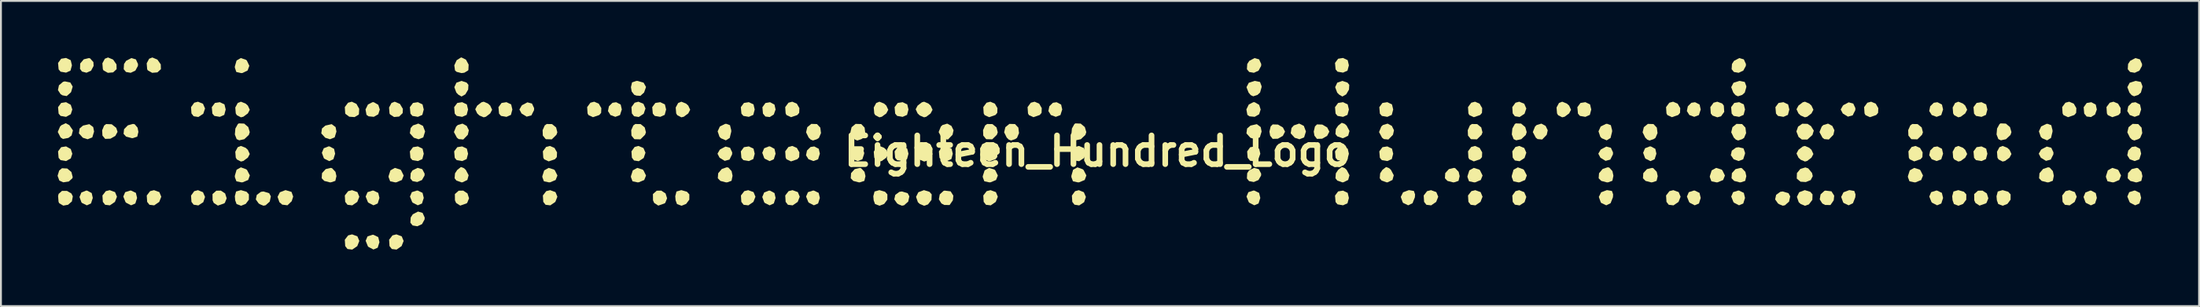
<source format=kicad_pcb>
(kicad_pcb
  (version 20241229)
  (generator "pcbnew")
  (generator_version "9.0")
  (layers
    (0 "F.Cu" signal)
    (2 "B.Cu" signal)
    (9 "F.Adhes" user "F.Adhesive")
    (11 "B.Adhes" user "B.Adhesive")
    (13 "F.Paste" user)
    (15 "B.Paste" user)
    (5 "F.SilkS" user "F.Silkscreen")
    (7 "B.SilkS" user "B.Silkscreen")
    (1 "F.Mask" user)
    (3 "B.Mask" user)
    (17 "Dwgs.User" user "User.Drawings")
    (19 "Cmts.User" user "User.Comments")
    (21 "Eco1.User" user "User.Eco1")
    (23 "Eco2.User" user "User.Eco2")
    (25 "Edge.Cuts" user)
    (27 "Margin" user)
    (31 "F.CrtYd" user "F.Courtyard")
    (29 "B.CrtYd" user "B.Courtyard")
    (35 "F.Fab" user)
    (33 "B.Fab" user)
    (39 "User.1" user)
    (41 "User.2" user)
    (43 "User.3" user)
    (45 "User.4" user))
  (footprint "Eighteen_Hundred_Logo"
    (layer "F.Cu")
    (at 55.081 4.97)
    (property "Reference" "Eighteen_Hundred_Logo" (at 0 0 0) (layer "F.SilkS") (effects (font (size 1.524 1.524) (thickness 0.3))))
    (attr through_hole)
    (fp_poly (pts (xy -54.385 -4.826) (xy -54.32 -4.555) (xy -54.396 -4.271) (xy -54.631 -4.166) (xy -54.923 -4.216) (xy -55.026 -4.339) (xy -55.056 -4.68) (xy -54.891 -4.903) (xy -54.631 -4.945)) (stroke (width 0) (type solid)) (fill yes) (layer "F.SilkS"))
    (fp_poly (pts (xy -53.193 -1.277) (xy -53.147 -1.039) (xy -53.242 -0.729) (xy -53.491 -0.63) (xy -53.742 -0.711) (xy -53.951 -0.942) (xy -53.914 -1.202) (xy -53.733 -1.357) (xy -53.399 -1.432)) (stroke (width 0) (type solid)) (fill yes) (layer "F.SilkS"))
    (fp_poly (pts (xy -52.037 2.174) (xy -51.935 2.419) (xy -52.044 2.694) (xy -52.31 2.877) (xy -52.562 2.847) (xy -52.683 2.692) (xy -52.705 2.354) (xy -52.526 2.123) (xy -52.318 2.071)) (stroke (width 0) (type solid)) (fill yes) (layer "F.SilkS"))
    (fp_poly (pts (xy -49.69 2.174) (xy -49.588 2.419) (xy -49.697 2.694) (xy -49.963 2.877) (xy -50.215 2.847) (xy -50.336 2.692) (xy -50.358 2.354) (xy -50.179 2.123) (xy -49.972 2.071)) (stroke (width 0) (type solid)) (fill yes) (layer "F.SilkS"))
    (fp_poly (pts (xy -47.379 -2.514) (xy -47.269 -2.263) (xy -47.363 -1.984) (xy -47.624 -1.812) (xy -47.875 -1.852) (xy -47.989 -2.002) (xy -48.012 -2.335) (xy -47.843 -2.569) (xy -47.644 -2.623)) (stroke (width 0) (type solid)) (fill yes) (layer "F.SilkS"))
    (fp_poly (pts (xy -47.379 2.179) (xy -47.269 2.43) (xy -47.363 2.709) (xy -47.624 2.881) (xy -47.875 2.841) (xy -47.989 2.692) (xy -48.012 2.358) (xy -47.843 2.125) (xy -47.644 2.071)) (stroke (width 0) (type solid)) (fill yes) (layer "F.SilkS"))
    (fp_poly (pts (xy -46.24 -2.479) (xy -46.176 -2.209) (xy -46.251 -1.924) (xy -46.487 -1.819) (xy -46.778 -1.87) (xy -46.881 -1.992) (xy -46.912 -2.334) (xy -46.746 -2.557) (xy -46.487 -2.598)) (stroke (width 0) (type solid)) (fill yes) (layer "F.SilkS"))
    (fp_poly (pts (xy -40.355 -1.277) (xy -40.309 -1.039) (xy -40.404 -0.729) (xy -40.653 -0.63) (xy -40.904 -0.711) (xy -41.113 -0.942) (xy -41.076 -1.202) (xy -40.895 -1.357) (xy -40.561 -1.432)) (stroke (width 0) (type solid)) (fill yes) (layer "F.SilkS"))
    (fp_poly (pts (xy -39.199 2.174) (xy -39.097 2.419) (xy -39.206 2.694) (xy -39.472 2.877) (xy -39.724 2.847) (xy -39.845 2.692) (xy -39.867 2.354) (xy -39.688 2.123) (xy -39.48 2.071)) (stroke (width 0) (type solid)) (fill yes) (layer "F.SilkS"))
    (fp_poly (pts (xy -39.199 4.521) (xy -39.097 4.766) (xy -39.206 5.04) (xy -39.472 5.224) (xy -39.724 5.194) (xy -39.845 5.039) (xy -39.867 4.701) (xy -39.688 4.47) (xy -39.48 4.417)) (stroke (width 0) (type solid)) (fill yes) (layer "F.SilkS"))
    (fp_poly (pts (xy -36.852 4.521) (xy -36.75 4.766) (xy -36.859 5.04) (xy -37.125 5.224) (xy -37.377 5.194) (xy -37.498 5.039) (xy -37.52 4.701) (xy -37.341 4.47) (xy -37.134 4.417)) (stroke (width 0) (type solid)) (fill yes) (layer "F.SilkS"))
    (fp_poly (pts (xy -35.749 -2.479) (xy -35.684 -2.209) (xy -35.76 -1.924) (xy -35.995 -1.819) (xy -36.287 -1.87) (xy -36.39 -1.992) (xy -36.421 -2.334) (xy -36.255 -2.557) (xy -35.995 -2.598)) (stroke (width 0) (type solid)) (fill yes) (layer "F.SilkS"))
    (fp_poly (pts (xy -35.749 -0.132) (xy -35.684 0.138) (xy -35.76 0.422) (xy -35.995 0.527) (xy -36.287 0.477) (xy -36.39 0.355) (xy -36.421 0.013) (xy -36.255 -0.21) (xy -35.995 -0.251)) (stroke (width 0) (type solid)) (fill yes) (layer "F.SilkS"))
    (fp_poly (pts (xy -33.402 -2.479) (xy -33.337 -2.209) (xy -33.413 -1.924) (xy -33.649 -1.819) (xy -33.94 -1.87) (xy -34.043 -1.992) (xy -34.074 -2.334) (xy -33.908 -2.557) (xy -33.649 -2.598)) (stroke (width 0) (type solid)) (fill yes) (layer "F.SilkS"))
    (fp_poly (pts (xy -33.402 -0.132) (xy -33.337 0.138) (xy -33.413 0.422) (xy -33.649 0.527) (xy -33.94 0.477) (xy -34.043 0.355) (xy -34.074 0.013) (xy -33.908 -0.21) (xy -33.649 -0.251)) (stroke (width 0) (type solid)) (fill yes) (layer "F.SilkS"))
    (fp_poly (pts (xy -31.055 -2.479) (xy -30.991 -2.209) (xy -31.067 -1.924) (xy -31.302 -1.819) (xy -31.593 -1.87) (xy -31.696 -1.992) (xy -31.727 -2.334) (xy -31.562 -2.557) (xy -31.302 -2.598)) (stroke (width 0) (type solid)) (fill yes) (layer "F.SilkS"))
    (fp_poly (pts (xy -28.707 2.174) (xy -28.606 2.419) (xy -28.715 2.694) (xy -28.98 2.877) (xy -29.232 2.847) (xy -29.353 2.692) (xy -29.375 2.354) (xy -29.197 2.123) (xy -28.989 2.071)) (stroke (width 0) (type solid)) (fill yes) (layer "F.SilkS"))
    (fp_poly (pts (xy -25.253 -2.472) (xy -25.193 -2.211) (xy -25.29 -1.913) (xy -25.536 -1.82) (xy -25.794 -1.916) (xy -25.927 -2.127) (xy -25.876 -2.38) (xy -25.688 -2.566) (xy -25.492 -2.596)) (stroke (width 0) (type solid)) (fill yes) (layer "F.SilkS"))
    (fp_poly (pts (xy -24.049 -2.514) (xy -23.939 -2.263) (xy -24.034 -1.984) (xy -24.295 -1.812) (xy -24.546 -1.852) (xy -24.66 -2.002) (xy -24.683 -2.335) (xy -24.514 -2.569) (xy -24.315 -2.623)) (stroke (width 0) (type solid)) (fill yes) (layer "F.SilkS"))
    (fp_poly (pts (xy -24.049 -0.167) (xy -23.939 0.083) (xy -24.034 0.363) (xy -24.295 0.535) (xy -24.546 0.495) (xy -24.66 0.345) (xy -24.683 0.011) (xy -24.514 -0.222) (xy -24.315 -0.276)) (stroke (width 0) (type solid)) (fill yes) (layer "F.SilkS"))
    (fp_poly (pts (xy -22.911 -2.479) (xy -22.846 -2.209) (xy -22.922 -1.924) (xy -23.157 -1.819) (xy -23.449 -1.87) (xy -23.552 -1.992) (xy -23.583 -2.334) (xy -23.417 -2.557) (xy -23.157 -2.598)) (stroke (width 0) (type solid)) (fill yes) (layer "F.SilkS"))
    (fp_poly (pts (xy -18.217 -2.479) (xy -18.153 -2.209) (xy -18.229 -1.924) (xy -18.464 -1.819) (xy -18.755 -1.87) (xy -18.858 -1.992) (xy -18.889 -2.334) (xy -18.724 -2.557) (xy -18.464 -2.598)) (stroke (width 0) (type solid)) (fill yes) (layer "F.SilkS"))
    (fp_poly (pts (xy -18.217 -0.132) (xy -18.153 0.138) (xy -18.229 0.422) (xy -18.464 0.527) (xy -18.755 0.477) (xy -18.858 0.355) (xy -18.889 0.013) (xy -18.724 -0.21) (xy -18.464 -0.251)) (stroke (width 0) (type solid)) (fill yes) (layer "F.SilkS"))
    (fp_poly (pts (xy -18.216 2.174) (xy -18.114 2.419) (xy -18.223 2.694) (xy -18.489 2.877) (xy -18.741 2.847) (xy -18.862 2.692) (xy -18.884 2.354) (xy -18.706 2.123) (xy -18.498 2.071)) (stroke (width 0) (type solid)) (fill yes) (layer "F.SilkS"))
    (fp_poly (pts (xy -17.106 -2.469) (xy -17.048 -2.209) (xy -17.143 -1.944) (xy -17.357 -1.809) (xy -17.589 -1.837) (xy -17.717 -1.994) (xy -17.746 -2.33) (xy -17.586 -2.553) (xy -17.341 -2.596)) (stroke (width 0) (type solid)) (fill yes) (layer "F.SilkS"))
    (fp_poly (pts (xy -15.869 2.174) (xy -15.768 2.419) (xy -15.876 2.694) (xy -16.142 2.877) (xy -16.394 2.847) (xy -16.515 2.692) (xy -16.537 2.354) (xy -16.359 2.123) (xy -16.151 2.071)) (stroke (width 0) (type solid)) (fill yes) (layer "F.SilkS"))
    (fp_poly (pts (xy -14.761 -0.125) (xy -14.702 0.136) (xy -14.798 0.434) (xy -15.044 0.526) (xy -15.303 0.431) (xy -15.436 0.219) (xy -15.384 -0.033) (xy -15.197 -0.219) (xy -15 -0.25)) (stroke (width 0) (type solid)) (fill yes) (layer "F.SilkS"))
    (fp_poly (pts (xy -10.073 -2.479) (xy -10.008 -2.209) (xy -10.084 -1.924) (xy -10.319 -1.819) (xy -10.611 -1.87) (xy -10.714 -1.992) (xy -10.744 -2.334) (xy -10.579 -2.557) (xy -10.319 -2.598)) (stroke (width 0) (type solid)) (fill yes) (layer "F.SilkS"))
    (fp_poly (pts (xy -10.073 -0.132) (xy -10.008 0.138) (xy -10.084 0.422) (xy -10.319 0.527) (xy -10.611 0.477) (xy -10.714 0.355) (xy -10.744 0.013) (xy -10.579 -0.21) (xy -10.319 -0.251)) (stroke (width 0) (type solid)) (fill yes) (layer "F.SilkS"))
    (fp_poly (pts (xy -7.726 -0.132) (xy -7.661 0.138) (xy -7.737 0.422) (xy -7.973 0.527) (xy -8.264 0.477) (xy -8.367 0.355) (xy -8.398 0.013) (xy -8.232 -0.21) (xy -7.973 -0.251)) (stroke (width 0) (type solid)) (fill yes) (layer "F.SilkS"))
    (fp_poly (pts (xy -5.378 2.174) (xy -5.276 2.419) (xy -5.385 2.694) (xy -5.651 2.877) (xy -5.903 2.847) (xy -6.024 2.692) (xy -6.046 2.354) (xy -5.868 2.123) (xy -5.66 2.071)) (stroke (width 0) (type solid)) (fill yes) (layer "F.SilkS"))
    (fp_poly (pts (xy -1.923 -2.472) (xy -1.864 -2.211) (xy -1.96 -1.913) (xy -2.206 -1.82) (xy -2.465 -1.916) (xy -2.598 -2.127) (xy -2.546 -2.38) (xy -2.359 -2.566) (xy -2.162 -2.596)) (stroke (width 0) (type solid)) (fill yes) (layer "F.SilkS"))
    (fp_poly (pts (xy -0.72 -0.167) (xy -0.61 0.083) (xy -0.705 0.363) (xy -0.966 0.535) (xy -1.217 0.495) (xy -1.331 0.345) (xy -1.353 0.011) (xy -1.184 -0.222) (xy -0.985 -0.276)) (stroke (width 0) (type solid)) (fill yes) (layer "F.SilkS"))
    (fp_poly (pts (xy -0.72 2.179) (xy -0.61 2.43) (xy -0.705 2.709) (xy -0.966 2.881) (xy -1.217 2.841) (xy -1.331 2.692) (xy -1.353 2.358) (xy -1.184 2.125) (xy -0.985 2.071)) (stroke (width 0) (type solid)) (fill yes) (layer "F.SilkS"))
    (fp_poly (pts (xy 8.57 -0.123) (xy 8.628 0.138) (xy 8.534 0.403) (xy 8.319 0.538) (xy 8.087 0.51) (xy 7.959 0.352) (xy 7.93 0.017) (xy 8.09 -0.206) (xy 8.335 -0.249)) (stroke (width 0) (type solid)) (fill yes) (layer "F.SilkS"))
    (fp_poly (pts (xy 8.65 -1.277) (xy 8.697 -1.039) (xy 8.602 -0.729) (xy 8.353 -0.63) (xy 8.102 -0.711) (xy 7.893 -0.942) (xy 7.929 -1.202) (xy 8.11 -1.357) (xy 8.444 -1.432)) (stroke (width 0) (type solid)) (fill yes) (layer "F.SilkS"))
    (fp_poly (pts (xy 13.257 -4.826) (xy 13.321 -4.555) (xy 13.245 -4.271) (xy 13.01 -4.166) (xy 12.719 -4.216) (xy 12.616 -4.339) (xy 12.585 -4.68) (xy 12.75 -4.903) (xy 13.01 -4.945)) (stroke (width 0) (type solid)) (fill yes) (layer "F.SilkS"))
    (fp_poly (pts (xy 13.257 -2.479) (xy 13.321 -2.209) (xy 13.245 -1.924) (xy 13.01 -1.819) (xy 12.719 -1.87) (xy 12.616 -1.992) (xy 12.585 -2.334) (xy 12.75 -2.557) (xy 13.01 -2.598)) (stroke (width 0) (type solid)) (fill yes) (layer "F.SilkS"))
    (fp_poly (pts (xy 13.257 -0.132) (xy 13.321 0.138) (xy 13.245 0.422) (xy 13.01 0.527) (xy 12.719 0.477) (xy 12.616 0.355) (xy 12.585 0.013) (xy 12.75 -0.21) (xy 13.01 -0.251)) (stroke (width 0) (type solid)) (fill yes) (layer "F.SilkS"))
    (fp_poly (pts (xy 13.257 2.215) (xy 13.321 2.485) (xy 13.245 2.769) (xy 13.01 2.874) (xy 12.719 2.824) (xy 12.616 2.702) (xy 12.585 2.36) (xy 12.75 2.137) (xy 13.01 2.095)) (stroke (width 0) (type solid)) (fill yes) (layer "F.SilkS"))
    (fp_poly (pts (xy 15.603 -2.479) (xy 15.668 -2.209) (xy 15.592 -1.924) (xy 15.357 -1.819) (xy 15.066 -1.87) (xy 14.962 -1.992) (xy 14.932 -2.334) (xy 15.097 -2.557) (xy 15.357 -2.598)) (stroke (width 0) (type solid)) (fill yes) (layer "F.SilkS"))
    (fp_poly (pts (xy 15.603 -0.132) (xy 15.668 0.138) (xy 15.592 0.422) (xy 15.357 0.527) (xy 15.066 0.477) (xy 14.962 0.355) (xy 14.932 0.013) (xy 15.097 -0.21) (xy 15.357 -0.251)) (stroke (width 0) (type solid)) (fill yes) (layer "F.SilkS"))
    (fp_poly (pts (xy 17.951 2.174) (xy 18.053 2.419) (xy 17.944 2.694) (xy 17.678 2.877) (xy 17.426 2.847) (xy 17.305 2.692) (xy 17.283 2.354) (xy 17.462 2.123) (xy 17.67 2.071)) (stroke (width 0) (type solid)) (fill yes) (layer "F.SilkS"))
    (fp_poly (pts (xy 20.298 2.174) (xy 20.4 2.419) (xy 20.291 2.694) (xy 20.025 2.877) (xy 19.773 2.847) (xy 19.652 2.692) (xy 19.63 2.354) (xy 19.809 2.123) (xy 20.016 2.071)) (stroke (width 0) (type solid)) (fill yes) (layer "F.SilkS"))
    (fp_poly (pts (xy 22.609 -2.514) (xy 22.719 -2.263) (xy 22.625 -1.984) (xy 22.364 -1.812) (xy 22.113 -1.852) (xy 21.999 -2.002) (xy 21.976 -2.335) (xy 22.145 -2.569) (xy 22.344 -2.623)) (stroke (width 0) (type solid)) (fill yes) (layer "F.SilkS"))
    (fp_poly (pts (xy 22.609 -0.167) (xy 22.719 0.083) (xy 22.625 0.363) (xy 22.364 0.535) (xy 22.113 0.495) (xy 21.999 0.345) (xy 21.976 0.011) (xy 22.145 -0.222) (xy 22.344 -0.276)) (stroke (width 0) (type solid)) (fill yes) (layer "F.SilkS"))
    (fp_poly (pts (xy 22.609 2.179) (xy 22.719 2.43) (xy 22.625 2.709) (xy 22.364 2.881) (xy 22.113 2.841) (xy 21.999 2.692) (xy 21.976 2.358) (xy 22.145 2.125) (xy 22.344 2.071)) (stroke (width 0) (type solid)) (fill yes) (layer "F.SilkS"))
    (fp_poly (pts (xy 26.095 -2.479) (xy 26.159 -2.209) (xy 26.083 -1.924) (xy 25.848 -1.819) (xy 25.557 -1.87) (xy 25.454 -1.992) (xy 25.423 -2.334) (xy 25.588 -2.557) (xy 25.848 -2.598)) (stroke (width 0) (type solid)) (fill yes) (layer "F.SilkS"))
    (fp_poly (pts (xy 30.789 2.174) (xy 30.891 2.419) (xy 30.782 2.694) (xy 30.516 2.877) (xy 30.264 2.847) (xy 30.143 2.692) (xy 30.121 2.354) (xy 30.3 2.123) (xy 30.508 2.071)) (stroke (width 0) (type solid)) (fill yes) (layer "F.SilkS"))
    (fp_poly (pts (xy 31.897 -2.472) (xy 31.957 -2.211) (xy 31.86 -1.913) (xy 31.614 -1.82) (xy 31.356 -1.916) (xy 31.223 -2.127) (xy 31.274 -2.38) (xy 31.462 -2.566) (xy 31.658 -2.596)) (stroke (width 0) (type solid)) (fill yes) (layer "F.SilkS"))
    (fp_poly (pts (xy 34.239 -2.479) (xy 34.304 -2.209) (xy 34.228 -1.924) (xy 33.993 -1.819) (xy 33.701 -1.87) (xy 33.598 -1.992) (xy 33.567 -2.334) (xy 33.733 -2.557) (xy 33.993 -2.598)) (stroke (width 0) (type solid)) (fill yes) (layer "F.SilkS"))
    (fp_poly (pts (xy 36.586 -2.479) (xy 36.651 -2.209) (xy 36.575 -1.924) (xy 36.339 -1.819) (xy 36.048 -1.87) (xy 35.945 -1.992) (xy 35.914 -2.334) (xy 36.08 -2.557) (xy 36.339 -2.598)) (stroke (width 0) (type solid)) (fill yes) (layer "F.SilkS"))
    (fp_poly (pts (xy 44.735 -2.472) (xy 44.795 -2.211) (xy 44.698 -1.913) (xy 44.452 -1.82) (xy 44.194 -1.916) (xy 44.061 -2.127) (xy 44.112 -2.38) (xy 44.3 -2.566) (xy 44.496 -2.596)) (stroke (width 0) (type solid)) (fill yes) (layer "F.SilkS"))
    (fp_poly (pts (xy 44.735 -0.125) (xy 44.795 0.136) (xy 44.698 0.434) (xy 44.452 0.526) (xy 44.194 0.431) (xy 44.061 0.219) (xy 44.112 -0.033) (xy 44.3 -0.219) (xy 44.496 -0.25)) (stroke (width 0) (type solid)) (fill yes) (layer "F.SilkS"))
    (fp_poly (pts (xy 47.077 -2.479) (xy 47.142 -2.209) (xy 47.066 -1.924) (xy 46.831 -1.819) (xy 46.539 -1.87) (xy 46.436 -1.992) (xy 46.406 -2.334) (xy 46.571 -2.557) (xy 46.831 -2.598)) (stroke (width 0) (type solid)) (fill yes) (layer "F.SilkS"))
    (fp_poly (pts (xy 47.077 -0.132) (xy 47.142 0.138) (xy 47.066 0.422) (xy 46.831 0.527) (xy 46.539 0.477) (xy 46.436 0.355) (xy 46.406 0.013) (xy 46.571 -0.21) (xy 46.831 -0.251)) (stroke (width 0) (type solid)) (fill yes) (layer "F.SilkS"))
    (fp_poly (pts (xy 51.772 2.174) (xy 51.874 2.419) (xy 51.765 2.694) (xy 51.499 2.877) (xy 51.247 2.847) (xy 51.126 2.692) (xy 51.104 2.354) (xy 51.282 2.123) (xy 51.49 2.071)) (stroke (width 0) (type solid)) (fill yes) (layer "F.SilkS"))
    (fp_poly (pts (xy 52.882 -2.469) (xy 52.94 -2.209) (xy 52.845 -1.944) (xy 52.631 -1.809) (xy 52.399 -1.837) (xy 52.271 -1.994) (xy 52.242 -2.33) (xy 52.402 -2.553) (xy 52.647 -2.596)) (stroke (width 0) (type solid)) (fill yes) (layer "F.SilkS"))
    (fp_poly (pts (xy 55.227 -2.472) (xy 55.286 -2.211) (xy 55.19 -1.913) (xy 54.944 -1.82) (xy 54.685 -1.916) (xy 54.552 -2.127) (xy 54.604 -2.38) (xy 54.791 -2.566) (xy 54.988 -2.596)) (stroke (width 0) (type solid)) (fill yes) (layer "F.SilkS"))
    (fp_poly (pts (xy 55.227 -0.125) (xy 55.286 0.136) (xy 55.19 0.434) (xy 54.944 0.526) (xy 54.685 0.431) (xy 54.552 0.219) (xy 54.604 -0.033) (xy 54.791 -0.219) (xy 54.988 -0.25)) (stroke (width 0) (type solid)) (fill yes) (layer "F.SilkS"))
    (fp_poly (pts (xy -54.571 0.921) (xy -54.349 1.107) (xy -54.28 1.373) (xy -54.297 1.439) (xy -54.487 1.612) (xy -54.777 1.655) (xy -54.987 1.564) (xy -55.081 1.308) (xy -54.997 1.031) (xy -54.848 0.907)) (stroke (width 0) (type solid)) (fill yes) (layer "F.SilkS"))
    (fp_poly (pts (xy -54.458 -1.38) (xy -54.267 -1.1) (xy -54.339 -0.832) (xy -54.506 -0.702) (xy -54.794 -0.646) (xy -54.92 -0.724) (xy -55.071 -1.018) (xy -54.948 -1.309) (xy -54.872 -1.38) (xy -54.651 -1.483)) (stroke (width 0) (type solid)) (fill yes) (layer "F.SilkS"))
    (fp_poly (pts (xy -54.383 -2.459) (xy -54.3 -2.209) (xy -54.382 -1.959) (xy -54.63 -1.82) (xy -54.631 -1.819) (xy -54.923 -1.87) (xy -55.026 -1.992) (xy -55.056 -2.334) (xy -54.891 -2.557) (xy -54.631 -2.598)) (stroke (width 0) (type solid)) (fill yes) (layer "F.SilkS"))
    (fp_poly (pts (xy -54.383 -0.112) (xy -54.3 0.138) (xy -54.382 0.387) (xy -54.63 0.527) (xy -54.631 0.527) (xy -54.923 0.477) (xy -55.026 0.355) (xy -55.056 0.013) (xy -54.891 -0.21) (xy -54.631 -0.251)) (stroke (width 0) (type solid)) (fill yes) (layer "F.SilkS"))
    (fp_poly (pts (xy -53.509 2.098) (xy -53.273 2.225) (xy -53.216 2.483) (xy -53.31 2.776) (xy -53.531 2.876) (xy -53.789 2.748) (xy -53.818 2.715) (xy -53.92 2.434) (xy -53.819 2.193) (xy -53.564 2.093)) (stroke (width 0) (type solid)) (fill yes) (layer "F.SilkS"))
    (fp_poly (pts (xy -53.355 -4.92) (xy -53.182 -4.722) (xy -53.172 -4.522) (xy -53.307 -4.268) (xy -53.549 -4.161) (xy -53.79 -4.224) (xy -53.893 -4.366) (xy -53.883 -4.649) (xy -53.695 -4.872) (xy -53.423 -4.938)) (stroke (width 0) (type solid)) (fill yes) (layer "F.SilkS"))
    (fp_poly (pts (xy -52.139 -4.858) (xy -51.961 -4.603) (xy -51.954 -4.35) (xy -52.14 -4.179) (xy -52.418 -4.156) (xy -52.646 -4.283) (xy -52.683 -4.348) (xy -52.708 -4.661) (xy -52.578 -4.903) (xy -52.409 -4.97)) (stroke (width 0) (type solid)) (fill yes) (layer "F.SilkS"))
    (fp_poly (pts (xy -51.18 2.095) (xy -50.933 2.215) (xy -50.869 2.483) (xy -50.963 2.779) (xy -51.187 2.874) (xy -51.451 2.737) (xy -51.484 2.7) (xy -51.6 2.41) (xy -51.5 2.177) (xy -51.229 2.091)) (stroke (width 0) (type solid)) (fill yes) (layer "F.SilkS"))
    (fp_poly (pts (xy -50.932 -4.869) (xy -50.82 -4.622) (xy -50.825 -4.522) (xy -50.961 -4.272) (xy -51.208 -4.157) (xy -51.457 -4.201) (xy -51.579 -4.349) (xy -51.561 -4.623) (xy -51.451 -4.792) (xy -51.173 -4.938)) (stroke (width 0) (type solid)) (fill yes) (layer "F.SilkS"))
    (fp_poly (pts (xy -49.793 -4.858) (xy -49.615 -4.603) (xy -49.607 -4.35) (xy -49.794 -4.179) (xy -50.071 -4.156) (xy -50.299 -4.283) (xy -50.336 -4.348) (xy -50.361 -4.661) (xy -50.231 -4.903) (xy -50.062 -4.97)) (stroke (width 0) (type solid)) (fill yes) (layer "F.SilkS"))
    (fp_poly (pts (xy -46.206 2.245) (xy -46.124 2.503) (xy -46.219 2.741) (xy -46.265 2.777) (xy -46.59 2.89) (xy -46.809 2.748) (xy -46.87 2.609) (xy -46.874 2.279) (xy -46.673 2.099) (xy -46.433 2.094)) (stroke (width 0) (type solid)) (fill yes) (layer "F.SilkS"))
    (fp_poly (pts (xy -42.691 2.162) (xy -42.601 2.409) (xy -42.679 2.657) (xy -42.905 2.874) (xy -43.182 2.839) (xy -43.331 2.709) (xy -43.429 2.426) (xy -43.306 2.182) (xy -43.015 2.071) (xy -42.997 2.071)) (stroke (width 0) (type solid)) (fill yes) (layer "F.SilkS"))
    (fp_poly (pts (xy -40.671 -0.249) (xy -40.435 -0.122) (xy -40.378 0.136) (xy -40.472 0.43) (xy -40.693 0.53) (xy -40.95 0.401) (xy -40.979 0.369) (xy -41.082 0.088) (xy -40.981 -0.153) (xy -40.726 -0.253)) (stroke (width 0) (type solid)) (fill yes) (layer "F.SilkS"))
    (fp_poly (pts (xy -38.342 2.095) (xy -38.095 2.215) (xy -38.031 2.483) (xy -38.125 2.779) (xy -38.349 2.874) (xy -38.613 2.737) (xy -38.646 2.7) (xy -38.762 2.41) (xy -38.662 2.177) (xy -38.391 2.091)) (stroke (width 0) (type solid)) (fill yes) (layer "F.SilkS"))
    (fp_poly (pts (xy -38.342 4.442) (xy -38.095 4.562) (xy -38.031 4.83) (xy -38.125 5.125) (xy -38.349 5.22) (xy -38.613 5.083) (xy -38.646 5.046) (xy -38.762 4.756) (xy -38.662 4.524) (xy -38.391 4.437)) (stroke (width 0) (type solid)) (fill yes) (layer "F.SilkS"))
    (fp_poly (pts (xy -38.33 -2.596) (xy -38.092 -2.457) (xy -38.013 -2.206) (xy -38.094 -1.956) (xy -38.329 -1.821) (xy -38.605 -1.847) (xy -38.717 -1.926) (xy -38.769 -2.214) (xy -38.64 -2.475) (xy -38.396 -2.599)) (stroke (width 0) (type solid)) (fill yes) (layer "F.SilkS"))
    (fp_poly (pts (xy -36.948 -2.508) (xy -36.79 -2.244) (xy -36.801 -2.019) (xy -36.988 -1.835) (xy -37.257 -1.811) (xy -37.472 -1.951) (xy -37.498 -2.002) (xy -37.523 -2.315) (xy -37.393 -2.556) (xy -37.224 -2.623)) (stroke (width 0) (type solid)) (fill yes) (layer "F.SilkS"))
    (fp_poly (pts (xy -35.995 2.095) (xy -35.748 2.215) (xy -35.684 2.483) (xy -35.778 2.779) (xy -36.002 2.874) (xy -36.266 2.737) (xy -36.299 2.7) (xy -36.415 2.41) (xy -36.316 2.177) (xy -36.045 2.091)) (stroke (width 0) (type solid)) (fill yes) (layer "F.SilkS"))
    (fp_poly (pts (xy -35.762 0.959) (xy -35.639 1.193) (xy -35.642 1.294) (xy -35.779 1.533) (xy -36.03 1.639) (xy -36.28 1.59) (xy -36.394 1.448) (xy -36.378 1.174) (xy -36.28 1.02) (xy -36.009 0.887)) (stroke (width 0) (type solid)) (fill yes) (layer "F.SilkS"))
    (fp_poly (pts (xy -35.747 3.276) (xy -35.635 3.522) (xy -35.64 3.623) (xy -35.776 3.872) (xy -36.023 3.987) (xy -36.273 3.944) (xy -36.394 3.795) (xy -36.376 3.521) (xy -36.266 3.352) (xy -35.988 3.206)) (stroke (width 0) (type solid)) (fill yes) (layer "F.SilkS"))
    (fp_poly (pts (xy -35.726 -1.341) (xy -35.615 -1.051) (xy -35.615 -1.035) (xy -35.711 -0.728) (xy -35.96 -0.63) (xy -36.21 -0.711) (xy -36.421 -0.947) (xy -36.378 -1.227) (xy -36.254 -1.366) (xy -35.971 -1.463)) (stroke (width 0) (type solid)) (fill yes) (layer "F.SilkS"))
    (fp_poly (pts (xy -33.411 -1.341) (xy -33.296 -1.108) (xy -33.35 -0.868) (xy -33.591 -0.617) (xy -33.835 -0.639) (xy -33.929 -0.716) (xy -34.087 -1.012) (xy -33.97 -1.303) (xy -33.883 -1.386) (xy -33.633 -1.46)) (stroke (width 0) (type solid)) (fill yes) (layer "F.SilkS"))
    (fp_poly (pts (xy -33.368 2.245) (xy -33.286 2.503) (xy -33.381 2.741) (xy -33.427 2.777) (xy -33.752 2.89) (xy -33.971 2.748) (xy -34.032 2.609) (xy -34.036 2.279) (xy -33.835 2.099) (xy -33.595 2.094)) (stroke (width 0) (type solid)) (fill yes) (layer "F.SilkS"))
    (fp_poly (pts (xy -28.761 -0.172) (xy -28.624 0.064) (xy -28.636 0.317) (xy -28.733 0.429) (xy -29.067 0.544) (xy -29.304 0.434) (xy -29.353 0.345) (xy -29.376 0.01) (xy -29.204 -0.222) (xy -29.003 -0.276)) (stroke (width 0) (type solid)) (fill yes) (layer "F.SilkS"))
    (fp_poly (pts (xy -26.415 -2.519) (xy -26.278 -2.282) (xy -26.289 -2.03) (xy -26.386 -1.917) (xy -26.72 -1.802) (xy -26.957 -1.912) (xy -27.007 -2.002) (xy -27.029 -2.337) (xy -26.857 -2.569) (xy -26.656 -2.623)) (stroke (width 0) (type solid)) (fill yes) (layer "F.SilkS"))
    (fp_poly (pts (xy -22.876 2.245) (xy -22.795 2.503) (xy -22.89 2.741) (xy -22.936 2.777) (xy -23.261 2.89) (xy -23.479 2.748) (xy -23.541 2.609) (xy -23.545 2.279) (xy -23.344 2.099) (xy -23.104 2.094)) (stroke (width 0) (type solid)) (fill yes) (layer "F.SilkS"))
    (fp_poly (pts (xy -17.341 -0.249) (xy -17.106 -0.122) (xy -17.048 0.136) (xy -17.142 0.43) (xy -17.364 0.53) (xy -17.621 0.401) (xy -17.65 0.369) (xy -17.753 0.088) (xy -17.652 -0.153) (xy -17.397 -0.253)) (stroke (width 0) (type solid)) (fill yes) (layer "F.SilkS"))
    (fp_poly (pts (xy -17.341 2.098) (xy -17.106 2.225) (xy -17.048 2.483) (xy -17.142 2.776) (xy -17.364 2.876) (xy -17.621 2.748) (xy -17.65 2.715) (xy -17.753 2.434) (xy -17.652 2.193) (xy -17.397 2.093)) (stroke (width 0) (type solid)) (fill yes) (layer "F.SilkS"))
    (fp_poly (pts (xy -15.923 -2.519) (xy -15.786 -2.282) (xy -15.798 -2.03) (xy -15.895 -1.917) (xy -16.229 -1.802) (xy -16.466 -1.912) (xy -16.515 -2.002) (xy -16.538 -2.337) (xy -16.366 -2.569) (xy -16.165 -2.623)) (stroke (width 0) (type solid)) (fill yes) (layer "F.SilkS"))
    (fp_poly (pts (xy -15.923 -0.172) (xy -15.786 0.064) (xy -15.798 0.317) (xy -15.895 0.429) (xy -16.229 0.544) (xy -16.466 0.434) (xy -16.515 0.345) (xy -16.538 0.01) (xy -16.366 -0.222) (xy -16.165 -0.276)) (stroke (width 0) (type solid)) (fill yes) (layer "F.SilkS"))
    (fp_poly (pts (xy -15.013 2.095) (xy -14.766 2.215) (xy -14.702 2.483) (xy -14.796 2.779) (xy -15.019 2.874) (xy -15.283 2.737) (xy -15.316 2.7) (xy -15.433 2.41) (xy -15.333 2.177) (xy -15.062 2.091)) (stroke (width 0) (type solid)) (fill yes) (layer "F.SilkS"))
    (fp_poly (pts (xy -12.436 -0.149) (xy -12.356 0.077) (xy -12.355 0.136) (xy -12.452 0.434) (xy -12.698 0.526) (xy -12.955 0.432) (xy -13.108 0.214) (xy -13.054 -0.026) (xy -12.834 -0.187) (xy -12.698 -0.207)) (stroke (width 0) (type solid)) (fill yes) (layer "F.SilkS"))
    (fp_poly (pts (xy -7.776 2.133) (xy -7.631 2.363) (xy -7.657 2.609) (xy -7.83 2.86) (xy -8.109 2.857) (xy -8.262 2.777) (xy -8.399 2.559) (xy -8.352 2.295) (xy -8.153 2.111) (xy -8.094 2.094)) (stroke (width 0) (type solid)) (fill yes) (layer "F.SilkS"))
    (fp_poly (pts (xy -7.735 -1.341) (xy -7.62 -1.108) (xy -7.674 -0.868) (xy -7.915 -0.617) (xy -8.158 -0.639) (xy -8.253 -0.716) (xy -8.411 -1.012) (xy -8.294 -1.303) (xy -8.207 -1.386) (xy -7.957 -1.46)) (stroke (width 0) (type solid)) (fill yes) (layer "F.SilkS"))
    (fp_poly (pts (xy -5.432 -2.519) (xy -5.295 -2.282) (xy -5.306 -2.03) (xy -5.403 -1.917) (xy -5.737 -1.802) (xy -5.975 -1.912) (xy -6.024 -2.002) (xy -6.046 -2.337) (xy -5.875 -2.569) (xy -5.673 -2.623)) (stroke (width 0) (type solid)) (fill yes) (layer "F.SilkS"))
    (fp_poly (pts (xy -5.432 -0.172) (xy -5.295 0.064) (xy -5.306 0.317) (xy -5.403 0.429) (xy -5.737 0.544) (xy -5.975 0.434) (xy -6.024 0.345) (xy -6.046 0.01) (xy -5.875 -0.222) (xy -5.673 -0.276)) (stroke (width 0) (type solid)) (fill yes) (layer "F.SilkS"))
    (fp_poly (pts (xy -3.085 -2.519) (xy -2.948 -2.282) (xy -2.959 -2.03) (xy -3.057 -1.917) (xy -3.391 -1.802) (xy -3.628 -1.912) (xy -3.677 -2.002) (xy -3.7 -2.337) (xy -3.528 -2.569) (xy -3.327 -2.623)) (stroke (width 0) (type solid)) (fill yes) (layer "F.SilkS"))
    (fp_poly (pts (xy 8.317 2.095) (xy 8.564 2.215) (xy 8.628 2.483) (xy 8.534 2.779) (xy 8.31 2.874) (xy 8.046 2.737) (xy 8.013 2.7) (xy 7.897 2.41) (xy 7.996 2.177) (xy 8.267 2.091)) (stroke (width 0) (type solid)) (fill yes) (layer "F.SilkS"))
    (fp_poly (pts (xy 8.329 -2.596) (xy 8.567 -2.457) (xy 8.646 -2.206) (xy 8.565 -1.956) (xy 8.33 -1.821) (xy 8.054 -1.847) (xy 7.942 -1.926) (xy 7.89 -2.214) (xy 8.018 -2.475) (xy 8.263 -2.599)) (stroke (width 0) (type solid)) (fill yes) (layer "F.SilkS"))
    (fp_poly (pts (xy 8.55 0.959) (xy 8.673 1.193) (xy 8.67 1.294) (xy 8.532 1.533) (xy 8.282 1.639) (xy 8.032 1.59) (xy 7.918 1.448) (xy 7.933 1.174) (xy 8.032 1.02) (xy 8.303 0.887)) (stroke (width 0) (type solid)) (fill yes) (layer "F.SilkS"))
    (fp_poly (pts (xy 8.565 -4.869) (xy 8.677 -4.622) (xy 8.672 -4.522) (xy 8.536 -4.272) (xy 8.289 -4.157) (xy 8.039 -4.201) (xy 7.918 -4.349) (xy 7.936 -4.623) (xy 8.046 -4.792) (xy 8.324 -4.938)) (stroke (width 0) (type solid)) (fill yes) (layer "F.SilkS"))
    (fp_poly (pts (xy 9.565 -1.41) (xy 9.826 -1.256) (xy 9.939 -1.035) (xy 9.823 -0.811) (xy 9.559 -0.659) (xy 9.283 -0.651) (xy 9.149 -0.822) (xy 9.111 -1.035) (xy 9.176 -1.311) (xy 9.283 -1.419)) (stroke (width 0) (type solid)) (fill yes) (layer "F.SilkS"))
    (fp_poly (pts (xy 10.933 -1.341) (xy 11.043 -1.051) (xy 11.043 -1.035) (xy 10.948 -0.728) (xy 10.699 -0.63) (xy 10.448 -0.711) (xy 10.238 -0.947) (xy 10.281 -1.227) (xy 10.405 -1.366) (xy 10.688 -1.463)) (stroke (width 0) (type solid)) (fill yes) (layer "F.SilkS"))
    (fp_poly (pts (xy 11.912 -1.41) (xy 12.173 -1.256) (xy 12.286 -1.035) (xy 12.169 -0.811) (xy 11.906 -0.659) (xy 11.63 -0.651) (xy 11.495 -0.822) (xy 11.458 -1.035) (xy 11.523 -1.311) (xy 11.63 -1.419)) (stroke (width 0) (type solid)) (fill yes) (layer "F.SilkS"))
    (fp_poly (pts (xy 15.595 -1.341) (xy 15.71 -1.108) (xy 15.656 -0.868) (xy 15.414 -0.617) (xy 15.171 -0.639) (xy 15.076 -0.716) (xy 14.918 -1.012) (xy 15.035 -1.303) (xy 15.123 -1.386) (xy 15.372 -1.46)) (stroke (width 0) (type solid)) (fill yes) (layer "F.SilkS"))
    (fp_poly (pts (xy 20.244 -2.519) (xy 20.381 -2.282) (xy 20.37 -2.03) (xy 20.273 -1.917) (xy 19.939 -1.802) (xy 19.701 -1.912) (xy 19.652 -2.002) (xy 19.63 -2.337) (xy 19.801 -2.569) (xy 20.003 -2.623)) (stroke (width 0) (type solid)) (fill yes) (layer "F.SilkS"))
    (fp_poly (pts (xy 20.244 -0.172) (xy 20.381 0.064) (xy 20.37 0.317) (xy 20.273 0.429) (xy 19.939 0.544) (xy 19.701 0.434) (xy 19.652 0.345) (xy 19.63 0.01) (xy 19.801 -0.222) (xy 20.003 -0.276)) (stroke (width 0) (type solid)) (fill yes) (layer "F.SilkS"))
    (fp_poly (pts (xy 23.739 -1.341) (xy 23.854 -1.108) (xy 23.8 -0.868) (xy 23.559 -0.617) (xy 23.315 -0.639) (xy 23.221 -0.716) (xy 23.063 -1.012) (xy 23.18 -1.303) (xy 23.267 -1.386) (xy 23.517 -1.46)) (stroke (width 0) (type solid)) (fill yes) (layer "F.SilkS"))
    (fp_poly (pts (xy 29.317 -0.249) (xy 29.553 -0.122) (xy 29.61 0.136) (xy 29.516 0.43) (xy 29.295 0.53) (xy 29.038 0.401) (xy 29.009 0.369) (xy 28.906 0.088) (xy 29.007 -0.153) (xy 29.262 -0.253)) (stroke (width 0) (type solid)) (fill yes) (layer "F.SilkS"))
    (fp_poly (pts (xy 30.735 -2.519) (xy 30.872 -2.282) (xy 30.861 -2.03) (xy 30.764 -1.917) (xy 30.43 -1.802) (xy 30.193 -1.912) (xy 30.143 -2.002) (xy 30.121 -2.337) (xy 30.293 -2.569) (xy 30.494 -2.623)) (stroke (width 0) (type solid)) (fill yes) (layer "F.SilkS"))
    (fp_poly (pts (xy 31.646 2.095) (xy 31.893 2.215) (xy 31.957 2.483) (xy 31.863 2.779) (xy 31.639 2.874) (xy 31.375 2.737) (xy 31.342 2.7) (xy 31.226 2.41) (xy 31.326 2.177) (xy 31.597 2.091)) (stroke (width 0) (type solid)) (fill yes) (layer "F.SilkS"))
    (fp_poly (pts (xy 33.094 -2.528) (xy 33.18 -2.416) (xy 33.203 -2.082) (xy 33.034 -1.849) (xy 32.835 -1.795) (xy 32.576 -1.889) (xy 32.49 -2.002) (xy 32.467 -2.335) (xy 32.636 -2.569) (xy 32.835 -2.623)) (stroke (width 0) (type solid)) (fill yes) (layer "F.SilkS"))
    (fp_poly (pts (xy 33.993 2.095) (xy 34.24 2.215) (xy 34.304 2.483) (xy 34.21 2.779) (xy 33.986 2.874) (xy 33.722 2.737) (xy 33.689 2.7) (xy 33.573 2.41) (xy 33.673 2.177) (xy 33.944 2.091)) (stroke (width 0) (type solid)) (fill yes) (layer "F.SilkS"))
    (fp_poly (pts (xy 34.222 -0.149) (xy 34.303 0.077) (xy 34.304 0.136) (xy 34.207 0.434) (xy 33.961 0.526) (xy 33.704 0.432) (xy 33.551 0.214) (xy 33.605 -0.026) (xy 33.824 -0.187) (xy 33.961 -0.207)) (stroke (width 0) (type solid)) (fill yes) (layer "F.SilkS"))
    (fp_poly (pts (xy 34.241 -4.869) (xy 34.353 -4.622) (xy 34.348 -4.522) (xy 34.212 -4.272) (xy 33.965 -4.157) (xy 33.715 -4.201) (xy 33.594 -4.349) (xy 33.612 -4.623) (xy 33.722 -4.792) (xy 34 -4.938)) (stroke (width 0) (type solid)) (fill yes) (layer "F.SilkS"))
    (fp_poly (pts (xy 37.616 -1.448) (xy 37.798 -1.328) (xy 37.947 -1.089) (xy 37.876 -0.86) (xy 37.609 -0.616) (xy 37.314 -0.616) (xy 37.14 -0.752) (xy 37.025 -1.044) (xy 37.114 -1.299) (xy 37.334 -1.454)) (stroke (width 0) (type solid)) (fill yes) (layer "F.SilkS"))
    (fp_poly (pts (xy 38.882 2.133) (xy 39.028 2.363) (xy 39.002 2.609) (xy 38.829 2.86) (xy 38.55 2.857) (xy 38.397 2.777) (xy 38.26 2.559) (xy 38.307 2.295) (xy 38.506 2.111) (xy 38.565 2.094)) (stroke (width 0) (type solid)) (fill yes) (layer "F.SilkS"))
    (fp_poly (pts (xy 38.924 -1.341) (xy 39.039 -1.108) (xy 38.985 -0.868) (xy 38.744 -0.617) (xy 38.5 -0.639) (xy 38.405 -0.716) (xy 38.247 -1.012) (xy 38.365 -1.303) (xy 38.452 -1.386) (xy 38.701 -1.46)) (stroke (width 0) (type solid)) (fill yes) (layer "F.SilkS"))
    (fp_poly (pts (xy 41.227 -2.519) (xy 41.364 -2.282) (xy 41.352 -2.03) (xy 41.255 -1.917) (xy 40.921 -1.802) (xy 40.684 -1.912) (xy 40.635 -2.002) (xy 40.612 -2.337) (xy 40.784 -2.569) (xy 40.985 -2.623)) (stroke (width 0) (type solid)) (fill yes) (layer "F.SilkS"))
    (fp_poly (pts (xy 43.573 -0.172) (xy 43.711 0.064) (xy 43.699 0.317) (xy 43.602 0.429) (xy 43.268 0.544) (xy 43.031 0.434) (xy 42.981 0.345) (xy 42.959 0.01) (xy 43.131 -0.222) (xy 43.332 -0.276)) (stroke (width 0) (type solid)) (fill yes) (layer "F.SilkS"))
    (fp_poly (pts (xy 44.484 2.095) (xy 44.731 2.215) (xy 44.795 2.483) (xy 44.701 2.779) (xy 44.478 2.874) (xy 44.213 2.737) (xy 44.18 2.7) (xy 44.064 2.41) (xy 44.164 2.177) (xy 44.435 2.091)) (stroke (width 0) (type solid)) (fill yes) (layer "F.SilkS"))
    (fp_poly (pts (xy 47.112 2.245) (xy 47.193 2.503) (xy 47.098 2.741) (xy 47.052 2.777) (xy 46.727 2.89) (xy 46.509 2.748) (xy 46.447 2.609) (xy 46.443 2.279) (xy 46.644 2.099) (xy 46.884 2.094)) (stroke (width 0) (type solid)) (fill yes) (layer "F.SilkS"))
    (fp_poly (pts (xy 51.718 -2.519) (xy 51.855 -2.282) (xy 51.844 -2.03) (xy 51.747 -1.917) (xy 51.413 -1.802) (xy 51.175 -1.912) (xy 51.126 -2.002) (xy 51.104 -2.337) (xy 51.275 -2.569) (xy 51.477 -2.623)) (stroke (width 0) (type solid)) (fill yes) (layer "F.SilkS"))
    (fp_poly (pts (xy 52.647 2.098) (xy 52.882 2.225) (xy 52.94 2.483) (xy 52.846 2.776) (xy 52.624 2.876) (xy 52.367 2.748) (xy 52.338 2.715) (xy 52.235 2.434) (xy 52.336 2.193) (xy 52.591 2.093)) (stroke (width 0) (type solid)) (fill yes) (layer "F.SilkS"))
    (fp_poly (pts (xy 54.065 -2.519) (xy 54.202 -2.282) (xy 54.191 -2.03) (xy 54.093 -1.917) (xy 53.759 -1.802) (xy 53.522 -1.912) (xy 53.473 -2.002) (xy 53.45 -2.337) (xy 53.622 -2.569) (xy 53.823 -2.623)) (stroke (width 0) (type solid)) (fill yes) (layer "F.SilkS"))
    (fp_poly (pts (xy 54.975 2.095) (xy 55.222 2.215) (xy 55.286 2.483) (xy 55.192 2.779) (xy 54.969 2.874) (xy 54.705 2.737) (xy 54.672 2.7) (xy 54.555 2.41) (xy 54.655 2.177) (xy 54.926 2.091)) (stroke (width 0) (type solid)) (fill yes) (layer "F.SilkS"))
    (fp_poly (pts (xy 55.223 -4.869) (xy 55.335 -4.622) (xy 55.331 -4.522) (xy 55.195 -4.272) (xy 54.947 -4.157) (xy 54.698 -4.201) (xy 54.577 -4.349) (xy 54.595 -4.623) (xy 54.705 -4.792) (xy 54.983 -4.938)) (stroke (width 0) (type solid)) (fill yes) (layer "F.SilkS"))
    (fp_poly (pts (xy -54.581 2.11) (xy -54.349 2.248) (xy -54.273 2.399) (xy -54.323 2.669) (xy -54.524 2.845) (xy -54.778 2.891) (xy -54.989 2.769) (xy -55.029 2.692) (xy -55.054 2.383) (xy -55.026 2.268) (xy -54.847 2.11)) (stroke (width 0) (type solid)) (fill yes) (layer "F.SilkS"))
    (fp_poly (pts (xy -54.407 -3.643) (xy -54.28 -3.425) (xy -54.363 -3.14) (xy -54.391 -3.104) (xy -54.598 -2.922) (xy -54.816 -2.96) (xy -54.92 -3.021) (xy -55.062 -3.237) (xy -55.009 -3.493) (xy -54.796 -3.676) (xy -54.698 -3.702)) (stroke (width 0) (type solid)) (fill yes) (layer "F.SilkS"))
    (fp_poly (pts (xy -52.213 -1.426) (xy -51.973 -1.234) (xy -51.904 -1.023) (xy -52.021 -0.809) (xy -52.282 -0.66) (xy -52.559 -0.651) (xy -52.56 -0.651) (xy -52.704 -0.825) (xy -52.72 -1.104) (xy -52.615 -1.357) (xy -52.508 -1.437)) (stroke (width 0) (type solid)) (fill yes) (layer "F.SilkS"))
    (fp_poly (pts (xy -50.994 -1.425) (xy -50.843 -1.245) (xy -50.8 -1.021) (xy -50.86 -0.769) (xy -51.091 -0.691) (xy -51.149 -0.69) (xy -51.453 -0.772) (xy -51.586 -0.917) (xy -51.559 -1.165) (xy -51.359 -1.369) (xy -51.088 -1.445)) (stroke (width 0) (type solid)) (fill yes) (layer "F.SilkS"))
    (fp_poly (pts (xy -45.197 -1.461) (xy -44.979 -1.276) (xy -44.901 -1.01) (xy -44.95 -0.86) (xy -45.191 -0.633) (xy -45.461 -0.574) (xy -45.596 -0.639) (xy -45.691 -0.885) (xy -45.663 -1.2) (xy -45.532 -1.437) (xy -45.475 -1.473)) (stroke (width 0) (type solid)) (fill yes) (layer "F.SilkS"))
    (fp_poly (pts (xy -45.123 -2.525) (xy -45.002 -2.416) (xy -44.9 -2.195) (xy -45.002 -2.002) (xy -45.24 -1.826) (xy -45.369 -1.795) (xy -45.584 -1.906) (xy -45.642 -2.002) (xy -45.668 -2.315) (xy -45.538 -2.556) (xy -45.369 -2.623)) (stroke (width 0) (type solid)) (fill yes) (layer "F.SilkS"))
    (fp_poly (pts (xy -45.123 -0.179) (xy -45.002 -0.069) (xy -44.9 0.152) (xy -45.002 0.345) (xy -45.24 0.521) (xy -45.369 0.552) (xy -45.584 0.441) (xy -45.642 0.345) (xy -45.668 0.032) (xy -45.538 -0.209) (xy -45.369 -0.276)) (stroke (width 0) (type solid)) (fill yes) (layer "F.SilkS"))
    (fp_poly (pts (xy -45.102 -4.848) (xy -45.055 -4.806) (xy -44.923 -4.529) (xy -45.016 -4.278) (xy -45.292 -4.145) (xy -45.362 -4.141) (xy -45.614 -4.201) (xy -45.691 -4.432) (xy -45.692 -4.491) (xy -45.6 -4.808) (xy -45.376 -4.94)) (stroke (width 0) (type solid)) (fill yes) (layer "F.SilkS"))
    (fp_poly (pts (xy -45.09 0.962) (xy -45.042 1.006) (xy -44.896 1.289) (xy -44.986 1.531) (xy -45.276 1.653) (xy -45.343 1.657) (xy -45.608 1.601) (xy -45.69 1.382) (xy -45.692 1.307) (xy -45.599 0.987) (xy -45.371 0.86)) (stroke (width 0) (type solid)) (fill yes) (layer "F.SilkS"))
    (fp_poly (pts (xy -45.073 2.154) (xy -44.946 2.295) (xy -44.947 2.576) (xy -45.116 2.8) (xy -45.364 2.898) (xy -45.6 2.807) (xy -45.673 2.609) (xy -45.692 2.393) (xy -45.626 2.142) (xy -45.379 2.071) (xy -45.362 2.071)) (stroke (width 0) (type solid)) (fill yes) (layer "F.SilkS"))
    (fp_poly (pts (xy -43.872 2.233) (xy -43.783 2.399) (xy -43.843 2.677) (xy -44.059 2.871) (xy -44.174 2.895) (xy -44.337 2.831) (xy -44.429 2.777) (xy -44.581 2.561) (xy -44.528 2.321) (xy -44.311 2.16) (xy -44.174 2.14)) (stroke (width 0) (type solid)) (fill yes) (layer "F.SilkS"))
    (fp_poly (pts (xy -40.54 0.907) (xy -40.36 1.1) (xy -40.309 1.326) (xy -40.368 1.578) (xy -40.599 1.655) (xy -40.658 1.657) (xy -40.954 1.58) (xy -41.091 1.439) (xy -41.073 1.168) (xy -40.879 0.954) (xy -40.607 0.889)) (stroke (width 0) (type solid)) (fill yes) (layer "F.SilkS"))
    (fp_poly (pts (xy -39.25 -2.507) (xy -39.103 -2.244) (xy -39.12 -1.961) (xy -39.135 -1.934) (xy -39.348 -1.807) (xy -39.632 -1.827) (xy -39.835 -1.98) (xy -39.845 -2.002) (xy -39.867 -2.337) (xy -39.695 -2.569) (xy -39.494 -2.623)) (stroke (width 0) (type solid)) (fill yes) (layer "F.SilkS"))
    (fp_poly (pts (xy -36.934 0.975) (xy -36.883 1.02) (xy -36.748 1.294) (xy -36.844 1.532) (xy -37.132 1.653) (xy -37.198 1.657) (xy -37.464 1.6) (xy -37.547 1.382) (xy -37.548 1.326) (xy -37.449 1.02) (xy -37.214 0.889)) (stroke (width 0) (type solid)) (fill yes) (layer "F.SilkS"))
    (fp_poly (pts (xy -33.554 0.903) (xy -33.457 0.995) (xy -33.307 1.279) (xy -33.376 1.529) (xy -33.633 1.654) (xy -33.683 1.657) (xy -33.952 1.563) (xy -34.051 1.439) (xy -34.029 1.179) (xy -33.909 0.995) (xy -33.715 0.843)) (stroke (width 0) (type solid)) (fill yes) (layer "F.SilkS"))
    (fp_poly (pts (xy -33.415 -3.638) (xy -33.318 -3.518) (xy -33.332 -3.266) (xy -33.481 -3.014) (xy -33.682 -2.899) (xy -33.683 -2.899) (xy -33.848 -2.993) (xy -33.957 -3.104) (xy -34.066 -3.394) (xy -33.953 -3.634) (xy -33.683 -3.727)) (stroke (width 0) (type solid)) (fill yes) (layer "F.SilkS"))
    (fp_poly (pts (xy -29.951 -2.524) (xy -29.838 -2.281) (xy -29.842 -2.176) (xy -29.982 -1.898) (xy -30.233 -1.83) (xy -30.503 -1.996) (xy -30.508 -2.003) (xy -30.617 -2.21) (xy -30.504 -2.408) (xy -30.472 -2.442) (xy -30.193 -2.59)) (stroke (width 0) (type solid)) (fill yes) (layer "F.SilkS"))
    (fp_poly (pts (xy -28.889 -1.435) (xy -28.674 -1.258) (xy -28.608 -0.999) (xy -28.656 -0.868) (xy -28.901 -0.625) (xy -29.201 -0.633) (xy -29.231 -0.644) (xy -29.377 -0.826) (xy -29.389 -1.111) (xy -29.277 -1.364) (xy -29.172 -1.44)) (stroke (width 0) (type solid)) (fill yes) (layer "F.SilkS"))
    (fp_poly (pts (xy -28.79 0.975) (xy -28.739 1.02) (xy -28.603 1.294) (xy -28.699 1.532) (xy -28.988 1.653) (xy -29.054 1.657) (xy -29.32 1.6) (xy -29.402 1.382) (xy -29.403 1.326) (xy -29.304 1.02) (xy -29.069 0.889)) (stroke (width 0) (type solid)) (fill yes) (layer "F.SilkS"))
    (fp_poly (pts (xy -24.195 -1.435) (xy -23.98 -1.258) (xy -23.915 -0.999) (xy -23.963 -0.868) (xy -24.207 -0.625) (xy -24.508 -0.633) (xy -24.537 -0.644) (xy -24.683 -0.826) (xy -24.695 -1.111) (xy -24.584 -1.364) (xy -24.478 -1.44)) (stroke (width 0) (type solid)) (fill yes) (layer "F.SilkS"))
    (fp_poly (pts (xy -24.096 0.975) (xy -24.045 1.02) (xy -23.91 1.294) (xy -24.006 1.532) (xy -24.294 1.653) (xy -24.36 1.657) (xy -24.626 1.6) (xy -24.709 1.382) (xy -24.71 1.326) (xy -24.611 1.02) (xy -24.375 0.889)) (stroke (width 0) (type solid)) (fill yes) (layer "F.SilkS"))
    (fp_poly (pts (xy -21.793 -2.525) (xy -21.673 -2.416) (xy -21.571 -2.195) (xy -21.673 -2.002) (xy -21.91 -1.826) (xy -22.039 -1.795) (xy -22.254 -1.906) (xy -22.313 -2.002) (xy -22.338 -2.315) (xy -22.208 -2.556) (xy -22.039 -2.623)) (stroke (width 0) (type solid)) (fill yes) (layer "F.SilkS"))
    (fp_poly (pts (xy -21.744 2.154) (xy -21.616 2.295) (xy -21.618 2.576) (xy -21.786 2.8) (xy -22.034 2.898) (xy -22.271 2.807) (xy -22.344 2.609) (xy -22.363 2.393) (xy -22.297 2.142) (xy -22.05 2.071) (xy -22.033 2.071)) (stroke (width 0) (type solid)) (fill yes) (layer "F.SilkS"))
    (fp_poly (pts (xy -19.544 0.874) (xy -19.378 1.061) (xy -19.326 1.307) (xy -19.381 1.572) (xy -19.601 1.655) (xy -19.676 1.657) (xy -19.971 1.58) (xy -20.109 1.439) (xy -20.088 1.172) (xy -19.895 0.945) (xy -19.631 0.856)) (stroke (width 0) (type solid)) (fill yes) (layer "F.SilkS"))
    (fp_poly (pts (xy -19.463 -1.377) (xy -19.397 -1.115) (xy -19.395 -1.037) (xy -19.477 -0.699) (xy -19.682 -0.572) (xy -19.943 -0.684) (xy -20.021 -0.765) (xy -20.117 -1.05) (xy -19.998 -1.31) (xy -19.719 -1.446) (xy -19.656 -1.449)) (stroke (width 0) (type solid)) (fill yes) (layer "F.SilkS"))
    (fp_poly (pts (xy -19.46 -0.177) (xy -19.346 0.066) (xy -19.351 0.171) (xy -19.491 0.449) (xy -19.742 0.517) (xy -20.012 0.35) (xy -20.017 0.344) (xy -20.125 0.136) (xy -20.013 -0.062) (xy -19.981 -0.095) (xy -19.701 -0.243)) (stroke (width 0) (type solid)) (fill yes) (layer "F.SilkS"))
    (fp_poly (pts (xy -14.857 -1.437) (xy -14.679 -1.247) (xy -14.643 -0.957) (xy -14.751 -0.704) (xy -14.851 -0.636) (xy -15.064 -0.564) (xy -15.185 -0.61) (xy -15.295 -0.718) (xy -15.433 -0.999) (xy -15.368 -1.271) (xy -15.156 -1.446)) (stroke (width 0) (type solid)) (fill yes) (layer "F.SilkS"))
    (fp_poly (pts (xy -12.517 0.907) (xy -12.337 1.1) (xy -12.286 1.326) (xy -12.346 1.578) (xy -12.577 1.655) (xy -12.635 1.657) (xy -12.931 1.58) (xy -13.068 1.439) (xy -13.05 1.168) (xy -12.856 0.954) (xy -12.584 0.889)) (stroke (width 0) (type solid)) (fill yes) (layer "F.SilkS"))
    (fp_poly (pts (xy -12.51 -1.437) (xy -12.332 -1.247) (xy -12.296 -0.957) (xy -12.404 -0.704) (xy -12.504 -0.636) (xy -12.717 -0.564) (xy -12.839 -0.61) (xy -12.948 -0.718) (xy -13.086 -0.999) (xy -13.021 -1.271) (xy -12.809 -1.446)) (stroke (width 0) (type solid)) (fill yes) (layer "F.SilkS"))
    (fp_poly (pts (xy -11.302 -2.525) (xy -11.182 -2.416) (xy -11.079 -2.195) (xy -11.182 -2.002) (xy -11.419 -1.826) (xy -11.548 -1.795) (xy -11.763 -1.906) (xy -11.822 -2.002) (xy -11.847 -2.315) (xy -11.717 -2.556) (xy -11.548 -2.623)) (stroke (width 0) (type solid)) (fill yes) (layer "F.SilkS"))
    (fp_poly (pts (xy -11.302 -0.179) (xy -11.182 -0.069) (xy -11.079 0.152) (xy -11.182 0.345) (xy -11.419 0.521) (xy -11.548 0.552) (xy -11.763 0.441) (xy -11.822 0.345) (xy -11.847 0.032) (xy -11.717 -0.209) (xy -11.548 -0.276)) (stroke (width 0) (type solid)) (fill yes) (layer "F.SilkS"))
    (fp_poly (pts (xy -11.252 2.154) (xy -11.125 2.295) (xy -11.127 2.576) (xy -11.295 2.8) (xy -11.543 2.898) (xy -11.78 2.807) (xy -11.852 2.609) (xy -11.872 2.393) (xy -11.805 2.142) (xy -11.558 2.071) (xy -11.541 2.071)) (stroke (width 0) (type solid)) (fill yes) (layer "F.SilkS"))
    (fp_poly (pts (xy -10.051 2.233) (xy -9.962 2.399) (xy -10.022 2.677) (xy -10.238 2.871) (xy -10.353 2.895) (xy -10.516 2.831) (xy -10.608 2.777) (xy -10.761 2.561) (xy -10.708 2.321) (xy -10.49 2.16) (xy -10.353 2.14)) (stroke (width 0) (type solid)) (fill yes) (layer "F.SilkS"))
    (fp_poly (pts (xy -8.897 2.158) (xy -8.778 2.295) (xy -8.789 2.586) (xy -8.973 2.827) (xy -9.18 2.899) (xy -9.411 2.802) (xy -9.51 2.709) (xy -9.608 2.426) (xy -9.486 2.181) (xy -9.195 2.071) (xy -9.18 2.071)) (stroke (width 0) (type solid)) (fill yes) (layer "F.SilkS"))
    (fp_poly (pts (xy -5.559 -1.435) (xy -5.344 -1.258) (xy -5.279 -0.999) (xy -5.327 -0.868) (xy -5.572 -0.625) (xy -5.872 -0.633) (xy -5.901 -0.644) (xy -6.047 -0.826) (xy -6.059 -1.111) (xy -5.948 -1.364) (xy -5.842 -1.44)) (stroke (width 0) (type solid)) (fill yes) (layer "F.SilkS"))
    (fp_poly (pts (xy -5.46 0.975) (xy -5.409 1.02) (xy -5.274 1.294) (xy -5.37 1.532) (xy -5.658 1.653) (xy -5.724 1.657) (xy -5.99 1.6) (xy -6.073 1.382) (xy -6.074 1.326) (xy -5.975 1.02) (xy -5.74 0.889)) (stroke (width 0) (type solid)) (fill yes) (layer "F.SilkS"))
    (fp_poly (pts (xy -4.366 -1.437) (xy -4.188 -1.247) (xy -4.152 -0.957) (xy -4.26 -0.704) (xy -4.36 -0.636) (xy -4.573 -0.564) (xy -4.694 -0.61) (xy -4.804 -0.718) (xy -4.941 -0.999) (xy -4.877 -1.271) (xy -4.664 -1.446)) (stroke (width 0) (type solid)) (fill yes) (layer "F.SilkS"))
    (fp_poly (pts (xy -0.885 -1.461) (xy -0.667 -1.276) (xy -0.589 -1.01) (xy -0.638 -0.86) (xy -0.879 -0.633) (xy -1.149 -0.574) (xy -1.284 -0.639) (xy -1.379 -0.885) (xy -1.351 -1.2) (xy -1.22 -1.437) (xy -1.163 -1.473)) (stroke (width 0) (type solid)) (fill yes) (layer "F.SilkS"))
    (fp_poly (pts (xy -0.778 0.962) (xy -0.73 1.006) (xy -0.584 1.289) (xy -0.674 1.531) (xy -0.964 1.653) (xy -1.031 1.657) (xy -1.296 1.601) (xy -1.378 1.382) (xy -1.38 1.307) (xy -1.287 0.987) (xy -1.059 0.86)) (stroke (width 0) (type solid)) (fill yes) (layer "F.SilkS"))
    (fp_poly (pts (xy 13.104 -1.444) (xy 13.202 -1.352) (xy 13.352 -1.068) (xy 13.282 -0.817) (xy 13.025 -0.692) (xy 12.976 -0.69) (xy 12.707 -0.784) (xy 12.608 -0.908) (xy 12.629 -1.168) (xy 12.75 -1.352) (xy 12.943 -1.504)) (stroke (width 0) (type solid)) (fill yes) (layer "F.SilkS"))
    (fp_poly (pts (xy 13.104 0.903) (xy 13.202 0.995) (xy 13.352 1.279) (xy 13.282 1.529) (xy 13.025 1.654) (xy 12.976 1.657) (xy 12.707 1.563) (xy 12.608 1.439) (xy 12.629 1.179) (xy 12.75 0.995) (xy 12.943 0.843)) (stroke (width 0) (type solid)) (fill yes) (layer "F.SilkS"))
    (fp_poly (pts (xy 13.244 -3.638) (xy 13.341 -3.518) (xy 13.326 -3.266) (xy 13.178 -3.014) (xy 12.977 -2.899) (xy 12.976 -2.899) (xy 12.811 -2.993) (xy 12.701 -3.104) (xy 12.593 -3.394) (xy 12.705 -3.634) (xy 12.976 -3.727)) (stroke (width 0) (type solid)) (fill yes) (layer "F.SilkS"))
    (fp_poly (pts (xy 15.451 0.903) (xy 15.549 0.995) (xy 15.698 1.279) (xy 15.629 1.529) (xy 15.372 1.654) (xy 15.323 1.657) (xy 15.054 1.563) (xy 14.955 1.439) (xy 14.976 1.179) (xy 15.097 0.995) (xy 15.29 0.843)) (stroke (width 0) (type solid)) (fill yes) (layer "F.SilkS"))
    (fp_poly (pts (xy 16.762 2.113) (xy 16.827 2.296) (xy 16.816 2.449) (xy 16.691 2.763) (xy 16.462 2.875) (xy 16.205 2.753) (xy 16.171 2.715) (xy 16.068 2.429) (xy 16.19 2.185) (xy 16.488 2.071) (xy 16.52 2.071)) (stroke (width 0) (type solid)) (fill yes) (layer "F.SilkS"))
    (fp_poly (pts (xy 18.956 0.907) (xy 19.137 1.1) (xy 19.188 1.326) (xy 19.128 1.578) (xy 18.897 1.655) (xy 18.839 1.657) (xy 18.543 1.58) (xy 18.406 1.439) (xy 18.424 1.168) (xy 18.617 0.954) (xy 18.89 0.889)) (stroke (width 0) (type solid)) (fill yes) (layer "F.SilkS"))
    (fp_poly (pts (xy 20.117 -1.435) (xy 20.332 -1.258) (xy 20.397 -0.999) (xy 20.349 -0.868) (xy 20.105 -0.625) (xy 19.804 -0.633) (xy 19.775 -0.644) (xy 19.629 -0.826) (xy 19.617 -1.111) (xy 19.728 -1.364) (xy 19.834 -1.44)) (stroke (width 0) (type solid)) (fill yes) (layer "F.SilkS"))
    (fp_poly (pts (xy 20.216 0.975) (xy 20.267 1.02) (xy 20.402 1.294) (xy 20.306 1.532) (xy 20.018 1.653) (xy 19.952 1.657) (xy 19.686 1.6) (xy 19.603 1.382) (xy 19.602 1.326) (xy 19.701 1.02) (xy 19.936 0.889)) (stroke (width 0) (type solid)) (fill yes) (layer "F.SilkS"))
    (fp_poly (pts (xy 22.444 -1.461) (xy 22.663 -1.276) (xy 22.74 -1.01) (xy 22.691 -0.86) (xy 22.451 -0.633) (xy 22.181 -0.574) (xy 22.046 -0.639) (xy 21.951 -0.885) (xy 21.979 -1.2) (xy 22.109 -1.437) (xy 22.167 -1.473)) (stroke (width 0) (type solid)) (fill yes) (layer "F.SilkS"))
    (fp_poly (pts (xy 22.552 0.962) (xy 22.6 1.006) (xy 22.746 1.289) (xy 22.655 1.531) (xy 22.366 1.653) (xy 22.298 1.657) (xy 22.034 1.601) (xy 21.951 1.382) (xy 21.949 1.307) (xy 22.042 0.987) (xy 22.27 0.86)) (stroke (width 0) (type solid)) (fill yes) (layer "F.SilkS"))
    (fp_poly (pts (xy 24.865 -2.525) (xy 24.986 -2.416) (xy 25.088 -2.195) (xy 24.986 -2.002) (xy 24.749 -1.826) (xy 24.62 -1.795) (xy 24.404 -1.906) (xy 24.346 -2.002) (xy 24.32 -2.315) (xy 24.45 -2.556) (xy 24.62 -2.623)) (stroke (width 0) (type solid)) (fill yes) (layer "F.SilkS"))
    (fp_poly (pts (xy 27.115 0.874) (xy 27.281 1.061) (xy 27.333 1.307) (xy 27.277 1.572) (xy 27.058 1.655) (xy 26.983 1.657) (xy 26.688 1.58) (xy 26.55 1.439) (xy 26.571 1.172) (xy 26.763 0.945) (xy 27.028 0.856)) (stroke (width 0) (type solid)) (fill yes) (layer "F.SilkS"))
    (fp_poly (pts (xy 27.196 -1.377) (xy 27.262 -1.115) (xy 27.264 -1.037) (xy 27.181 -0.699) (xy 26.977 -0.572) (xy 26.715 -0.684) (xy 26.638 -0.765) (xy 26.542 -1.05) (xy 26.66 -1.31) (xy 26.94 -1.446) (xy 27.003 -1.449)) (stroke (width 0) (type solid)) (fill yes) (layer "F.SilkS"))
    (fp_poly (pts (xy 27.199 -0.177) (xy 27.312 0.066) (xy 27.308 0.171) (xy 27.168 0.449) (xy 26.917 0.517) (xy 26.647 0.35) (xy 26.642 0.344) (xy 26.533 0.136) (xy 26.646 -0.062) (xy 26.678 -0.095) (xy 26.957 -0.243)) (stroke (width 0) (type solid)) (fill yes) (layer "F.SilkS"))
    (fp_poly (pts (xy 27.254 2.113) (xy 27.318 2.296) (xy 27.307 2.449) (xy 27.183 2.763) (xy 26.954 2.875) (xy 26.696 2.753) (xy 26.662 2.715) (xy 26.559 2.429) (xy 26.681 2.185) (xy 26.979 2.071) (xy 27.011 2.071)) (stroke (width 0) (type solid)) (fill yes) (layer "F.SilkS"))
    (fp_poly (pts (xy 29.448 0.907) (xy 29.628 1.1) (xy 29.679 1.326) (xy 29.62 1.578) (xy 29.389 1.655) (xy 29.33 1.657) (xy 29.034 1.58) (xy 28.897 1.439) (xy 28.915 1.168) (xy 29.109 0.954) (xy 29.381 0.889)) (stroke (width 0) (type solid)) (fill yes) (layer "F.SilkS"))
    (fp_poly (pts (xy 29.455 -1.437) (xy 29.633 -1.247) (xy 29.669 -0.957) (xy 29.561 -0.704) (xy 29.461 -0.636) (xy 29.248 -0.564) (xy 29.127 -0.61) (xy 29.017 -0.718) (xy 28.879 -0.999) (xy 28.944 -1.271) (xy 29.156 -1.446)) (stroke (width 0) (type solid)) (fill yes) (layer "F.SilkS"))
    (fp_poly (pts (xy 33.054 0.975) (xy 33.105 1.02) (xy 33.24 1.294) (xy 33.144 1.532) (xy 32.856 1.653) (xy 32.79 1.657) (xy 32.524 1.6) (xy 32.441 1.382) (xy 32.44 1.326) (xy 32.539 1.02) (xy 32.775 0.889)) (stroke (width 0) (type solid)) (fill yes) (layer "F.SilkS"))
    (fp_poly (pts (xy 34.141 0.907) (xy 34.322 1.1) (xy 34.373 1.326) (xy 34.313 1.578) (xy 34.082 1.655) (xy 34.023 1.657) (xy 33.728 1.58) (xy 33.59 1.439) (xy 33.608 1.168) (xy 33.802 0.954) (xy 34.074 0.889)) (stroke (width 0) (type solid)) (fill yes) (layer "F.SilkS"))
    (fp_poly (pts (xy 34.148 -1.437) (xy 34.326 -1.247) (xy 34.362 -0.957) (xy 34.254 -0.704) (xy 34.154 -0.636) (xy 33.942 -0.564) (xy 33.82 -0.61) (xy 33.71 -0.718) (xy 33.573 -0.999) (xy 33.637 -1.271) (xy 33.85 -1.446)) (stroke (width 0) (type solid)) (fill yes) (layer "F.SilkS"))
    (fp_poly (pts (xy 36.608 2.233) (xy 36.697 2.399) (xy 36.637 2.677) (xy 36.421 2.871) (xy 36.305 2.895) (xy 36.143 2.831) (xy 36.05 2.777) (xy 35.898 2.561) (xy 35.951 2.321) (xy 36.169 2.16) (xy 36.305 2.14)) (stroke (width 0) (type solid)) (fill yes) (layer "F.SilkS"))
    (fp_poly (pts (xy 37.654 0.915) (xy 37.853 1.158) (xy 37.893 1.326) (xy 37.782 1.536) (xy 37.526 1.64) (xy 37.244 1.622) (xy 37.052 1.464) (xy 37.045 1.448) (xy 37.053 1.165) (xy 37.235 0.944) (xy 37.499 0.864)) (stroke (width 0) (type solid)) (fill yes) (layer "F.SilkS"))
    (fp_poly (pts (xy 37.762 2.158) (xy 37.881 2.295) (xy 37.87 2.586) (xy 37.686 2.827) (xy 37.479 2.899) (xy 37.248 2.802) (xy 37.148 2.709) (xy 37.051 2.426) (xy 37.173 2.181) (xy 37.463 2.071) (xy 37.479 2.071)) (stroke (width 0) (type solid)) (fill yes) (layer "F.SilkS"))
    (fp_poly (pts (xy 40.037 -2.524) (xy 40.15 -2.281) (xy 40.146 -2.176) (xy 40.006 -1.898) (xy 39.755 -1.83) (xy 39.485 -1.996) (xy 39.48 -2.003) (xy 39.371 -2.21) (xy 39.484 -2.408) (xy 39.516 -2.442) (xy 39.795 -2.59)) (stroke (width 0) (type solid)) (fill yes) (layer "F.SilkS"))
    (fp_poly (pts (xy 40.092 2.113) (xy 40.157 2.296) (xy 40.145 2.449) (xy 40.021 2.763) (xy 39.792 2.875) (xy 39.534 2.753) (xy 39.5 2.715) (xy 39.397 2.429) (xy 39.519 2.185) (xy 39.818 2.071) (xy 39.849 2.071)) (stroke (width 0) (type solid)) (fill yes) (layer "F.SilkS"))
    (fp_poly (pts (xy 43.446 -1.435) (xy 43.661 -1.258) (xy 43.727 -0.999) (xy 43.679 -0.868) (xy 43.434 -0.625) (xy 43.133 -0.633) (xy 43.104 -0.644) (xy 42.958 -0.826) (xy 42.946 -1.111) (xy 43.058 -1.364) (xy 43.163 -1.44)) (stroke (width 0) (type solid)) (fill yes) (layer "F.SilkS"))
    (fp_poly (pts (xy 43.545 0.975) (xy 43.596 1.02) (xy 43.732 1.294) (xy 43.635 1.532) (xy 43.347 1.653) (xy 43.281 1.657) (xy 43.015 1.6) (xy 42.933 1.382) (xy 42.932 1.326) (xy 43.031 1.02) (xy 43.266 0.889)) (stroke (width 0) (type solid)) (fill yes) (layer "F.SilkS"))
    (fp_poly (pts (xy 45.848 -2.525) (xy 45.968 -2.416) (xy 46.071 -2.195) (xy 45.968 -2.002) (xy 45.731 -1.826) (xy 45.602 -1.795) (xy 45.387 -1.906) (xy 45.328 -2.002) (xy 45.303 -2.315) (xy 45.433 -2.556) (xy 45.602 -2.623)) (stroke (width 0) (type solid)) (fill yes) (layer "F.SilkS"))
    (fp_poly (pts (xy 45.848 -0.179) (xy 45.968 -0.069) (xy 46.071 0.152) (xy 45.968 0.345) (xy 45.731 0.521) (xy 45.602 0.552) (xy 45.387 0.441) (xy 45.328 0.345) (xy 45.303 0.032) (xy 45.433 -0.209) (xy 45.602 -0.276)) (stroke (width 0) (type solid)) (fill yes) (layer "F.SilkS"))
    (fp_poly (pts (xy 45.898 2.154) (xy 46.025 2.295) (xy 46.023 2.576) (xy 45.855 2.8) (xy 45.607 2.898) (xy 45.37 2.807) (xy 45.298 2.609) (xy 45.278 2.393) (xy 45.345 2.142) (xy 45.592 2.071) (xy 45.609 2.071)) (stroke (width 0) (type solid)) (fill yes) (layer "F.SilkS"))
    (fp_poly (pts (xy 48.121 -1.461) (xy 48.339 -1.276) (xy 48.416 -1.01) (xy 48.367 -0.86) (xy 48.127 -0.633) (xy 47.857 -0.574) (xy 47.722 -0.639) (xy 47.627 -0.885) (xy 47.655 -1.2) (xy 47.785 -1.437) (xy 47.843 -1.473)) (stroke (width 0) (type solid)) (fill yes) (layer "F.SilkS"))
    (fp_poly (pts (xy 48.195 -0.179) (xy 48.315 -0.069) (xy 48.417 0.152) (xy 48.315 0.345) (xy 48.078 0.521) (xy 47.949 0.552) (xy 47.734 0.441) (xy 47.675 0.345) (xy 47.65 0.032) (xy 47.78 -0.209) (xy 47.949 -0.276)) (stroke (width 0) (type solid)) (fill yes) (layer "F.SilkS"))
    (fp_poly (pts (xy 48.244 2.154) (xy 48.372 2.295) (xy 48.37 2.576) (xy 48.202 2.8) (xy 47.954 2.898) (xy 47.717 2.807) (xy 47.644 2.609) (xy 47.625 2.393) (xy 47.692 2.142) (xy 47.938 2.071) (xy 47.955 2.071)) (stroke (width 0) (type solid)) (fill yes) (layer "F.SilkS"))
    (fp_poly (pts (xy 50.444 0.874) (xy 50.61 1.061) (xy 50.662 1.307) (xy 50.607 1.572) (xy 50.387 1.655) (xy 50.313 1.657) (xy 50.017 1.58) (xy 49.88 1.439) (xy 49.901 1.172) (xy 50.093 0.945) (xy 50.357 0.856)) (stroke (width 0) (type solid)) (fill yes) (layer "F.SilkS"))
    (fp_poly (pts (xy 50.525 -1.377) (xy 50.591 -1.115) (xy 50.593 -1.037) (xy 50.511 -0.699) (xy 50.306 -0.572) (xy 50.045 -0.684) (xy 49.967 -0.765) (xy 49.871 -1.05) (xy 49.99 -1.31) (xy 50.269 -1.446) (xy 50.332 -1.449)) (stroke (width 0) (type solid)) (fill yes) (layer "F.SilkS"))
    (fp_poly (pts (xy 50.528 -0.177) (xy 50.642 0.066) (xy 50.637 0.171) (xy 50.497 0.449) (xy 50.246 0.517) (xy 49.976 0.35) (xy 49.971 0.344) (xy 49.863 0.136) (xy 49.975 -0.062) (xy 50.007 -0.095) (xy 50.287 -0.243)) (stroke (width 0) (type solid)) (fill yes) (layer "F.SilkS"))
    (fp_poly (pts (xy 54.036 0.975) (xy 54.087 1.02) (xy 54.223 1.294) (xy 54.127 1.532) (xy 53.838 1.653) (xy 53.772 1.657) (xy 53.506 1.6) (xy 53.424 1.382) (xy 53.423 1.326) (xy 53.522 1.02) (xy 53.757 0.889)) (stroke (width 0) (type solid)) (fill yes) (layer "F.SilkS"))
    (fp_poly (pts (xy 55.124 0.907) (xy 55.304 1.1) (xy 55.355 1.326) (xy 55.296 1.578) (xy 55.065 1.655) (xy 55.006 1.657) (xy 54.71 1.58) (xy 54.573 1.439) (xy 54.591 1.168) (xy 54.785 0.954) (xy 55.057 0.889)) (stroke (width 0) (type solid)) (fill yes) (layer "F.SilkS"))
    (fp_poly (pts (xy 55.131 -1.437) (xy 55.309 -1.247) (xy 55.345 -0.957) (xy 55.237 -0.704) (xy 55.137 -0.636) (xy 54.924 -0.564) (xy 54.803 -0.61) (xy 54.693 -0.718) (xy 54.555 -0.999) (xy 54.62 -1.271) (xy 54.832 -1.446)) (stroke (width 0) (type solid)) (fill yes) (layer "F.SilkS"))
    (fp_poly (pts (xy -33.449 -4.854) (xy -33.307 -4.591) (xy -33.32 -4.312) (xy -33.337 -4.281) (xy -33.533 -4.162) (xy -33.683 -4.141) (xy -33.944 -4.207) (xy -34.028 -4.281) (xy -34.067 -4.553) (xy -33.941 -4.825) (xy -33.716 -4.967) (xy -33.683 -4.97)) (stroke (width 0) (type solid)) (fill yes) (layer "F.SilkS"))
    (fp_poly (pts (xy -32.283 -2.526) (xy -32.164 -2.416) (xy -32.062 -2.195) (xy -32.164 -2.002) (xy -32.39 -1.827) (xy -32.509 -1.795) (xy -32.736 -1.891) (xy -32.854 -2.002) (xy -32.957 -2.223) (xy -32.854 -2.416) (xy -32.628 -2.591) (xy -32.509 -2.623)) (stroke (width 0) (type solid)) (fill yes) (layer "F.SilkS"))
    (fp_poly (pts (xy -24.04 -3.634) (xy -23.91 -3.404) (xy -24.012 -3.116) (xy -24.021 -3.104) (xy -24.208 -2.934) (xy -24.42 -2.947) (xy -24.537 -2.99) (xy -24.671 -3.167) (xy -24.71 -3.394) (xy -24.651 -3.647) (xy -24.422 -3.726) (xy -24.36 -3.727)) (stroke (width 0) (type solid)) (fill yes) (layer "F.SilkS"))
    (fp_poly (pts (xy -8.953 -2.526) (xy -8.835 -2.416) (xy -8.733 -2.195) (xy -8.835 -2.002) (xy -9.061 -1.827) (xy -9.18 -1.795) (xy -9.407 -1.891) (xy -9.525 -2.002) (xy -9.627 -2.223) (xy -9.525 -2.416) (xy -9.299 -2.591) (xy -9.18 -2.623)) (stroke (width 0) (type solid)) (fill yes) (layer "F.SilkS"))
    (fp_poly (pts (xy -8.953 -0.179) (xy -8.835 -0.069) (xy -8.733 0.152) (xy -8.835 0.345) (xy -9.061 0.52) (xy -9.18 0.552) (xy -9.407 0.456) (xy -9.525 0.345) (xy -9.627 0.124) (xy -9.525 -0.069) (xy -9.299 -0.244) (xy -9.18 -0.276)) (stroke (width 0) (type solid)) (fill yes) (layer "F.SilkS"))
    (fp_poly (pts (xy 8.613 -3.671) (xy 8.695 -3.452) (xy 8.697 -3.397) (xy 8.615 -3.109) (xy 8.478 -2.983) (xy 8.253 -2.91) (xy 8.12 -2.973) (xy 8.008 -3.104) (xy 7.896 -3.394) (xy 8.018 -3.627) (xy 8.332 -3.727) (xy 8.347 -3.727)) (stroke (width 0) (type solid)) (fill yes) (layer "F.SilkS"))
    (fp_poly (pts (xy 34.289 -3.671) (xy 34.372 -3.452) (xy 34.373 -3.397) (xy 34.291 -3.109) (xy 34.154 -2.983) (xy 33.929 -2.91) (xy 33.797 -2.973) (xy 33.684 -3.104) (xy 33.572 -3.394) (xy 33.694 -3.627) (xy 34.008 -3.727) (xy 34.023 -3.727)) (stroke (width 0) (type solid)) (fill yes) (layer "F.SilkS"))
    (fp_poly (pts (xy 37.705 -2.526) (xy 37.824 -2.416) (xy 37.926 -2.195) (xy 37.824 -2.002) (xy 37.598 -1.827) (xy 37.479 -1.795) (xy 37.252 -1.891) (xy 37.134 -2.002) (xy 37.031 -2.223) (xy 37.134 -2.416) (xy 37.36 -2.591) (xy 37.479 -2.623)) (stroke (width 0) (type solid)) (fill yes) (layer "F.SilkS"))
    (fp_poly (pts (xy 37.705 -0.179) (xy 37.824 -0.069) (xy 37.926 0.152) (xy 37.824 0.345) (xy 37.598 0.52) (xy 37.479 0.552) (xy 37.252 0.456) (xy 37.134 0.345) (xy 37.031 0.124) (xy 37.134 -0.069) (xy 37.36 -0.244) (xy 37.479 -0.276)) (stroke (width 0) (type solid)) (fill yes) (layer "F.SilkS"))
    (fp_poly (pts (xy 55.272 -3.671) (xy 55.354 -3.452) (xy 55.355 -3.397) (xy 55.274 -3.109) (xy 55.137 -2.983) (xy 54.911 -2.91) (xy 54.779 -2.973) (xy 54.667 -3.104) (xy 54.555 -3.394) (xy 54.677 -3.627) (xy 54.991 -3.727) (xy 55.006 -3.727)) (stroke (width 0) (type solid)) (fill yes) (layer "F.SilkS")))
  (gr_rect
    (start -3 -3)
    (end 113.436 13.194)
    (stroke (width 0.1) (type default))
    (fill no)
    (layer "Edge.Cuts")))
</source>
